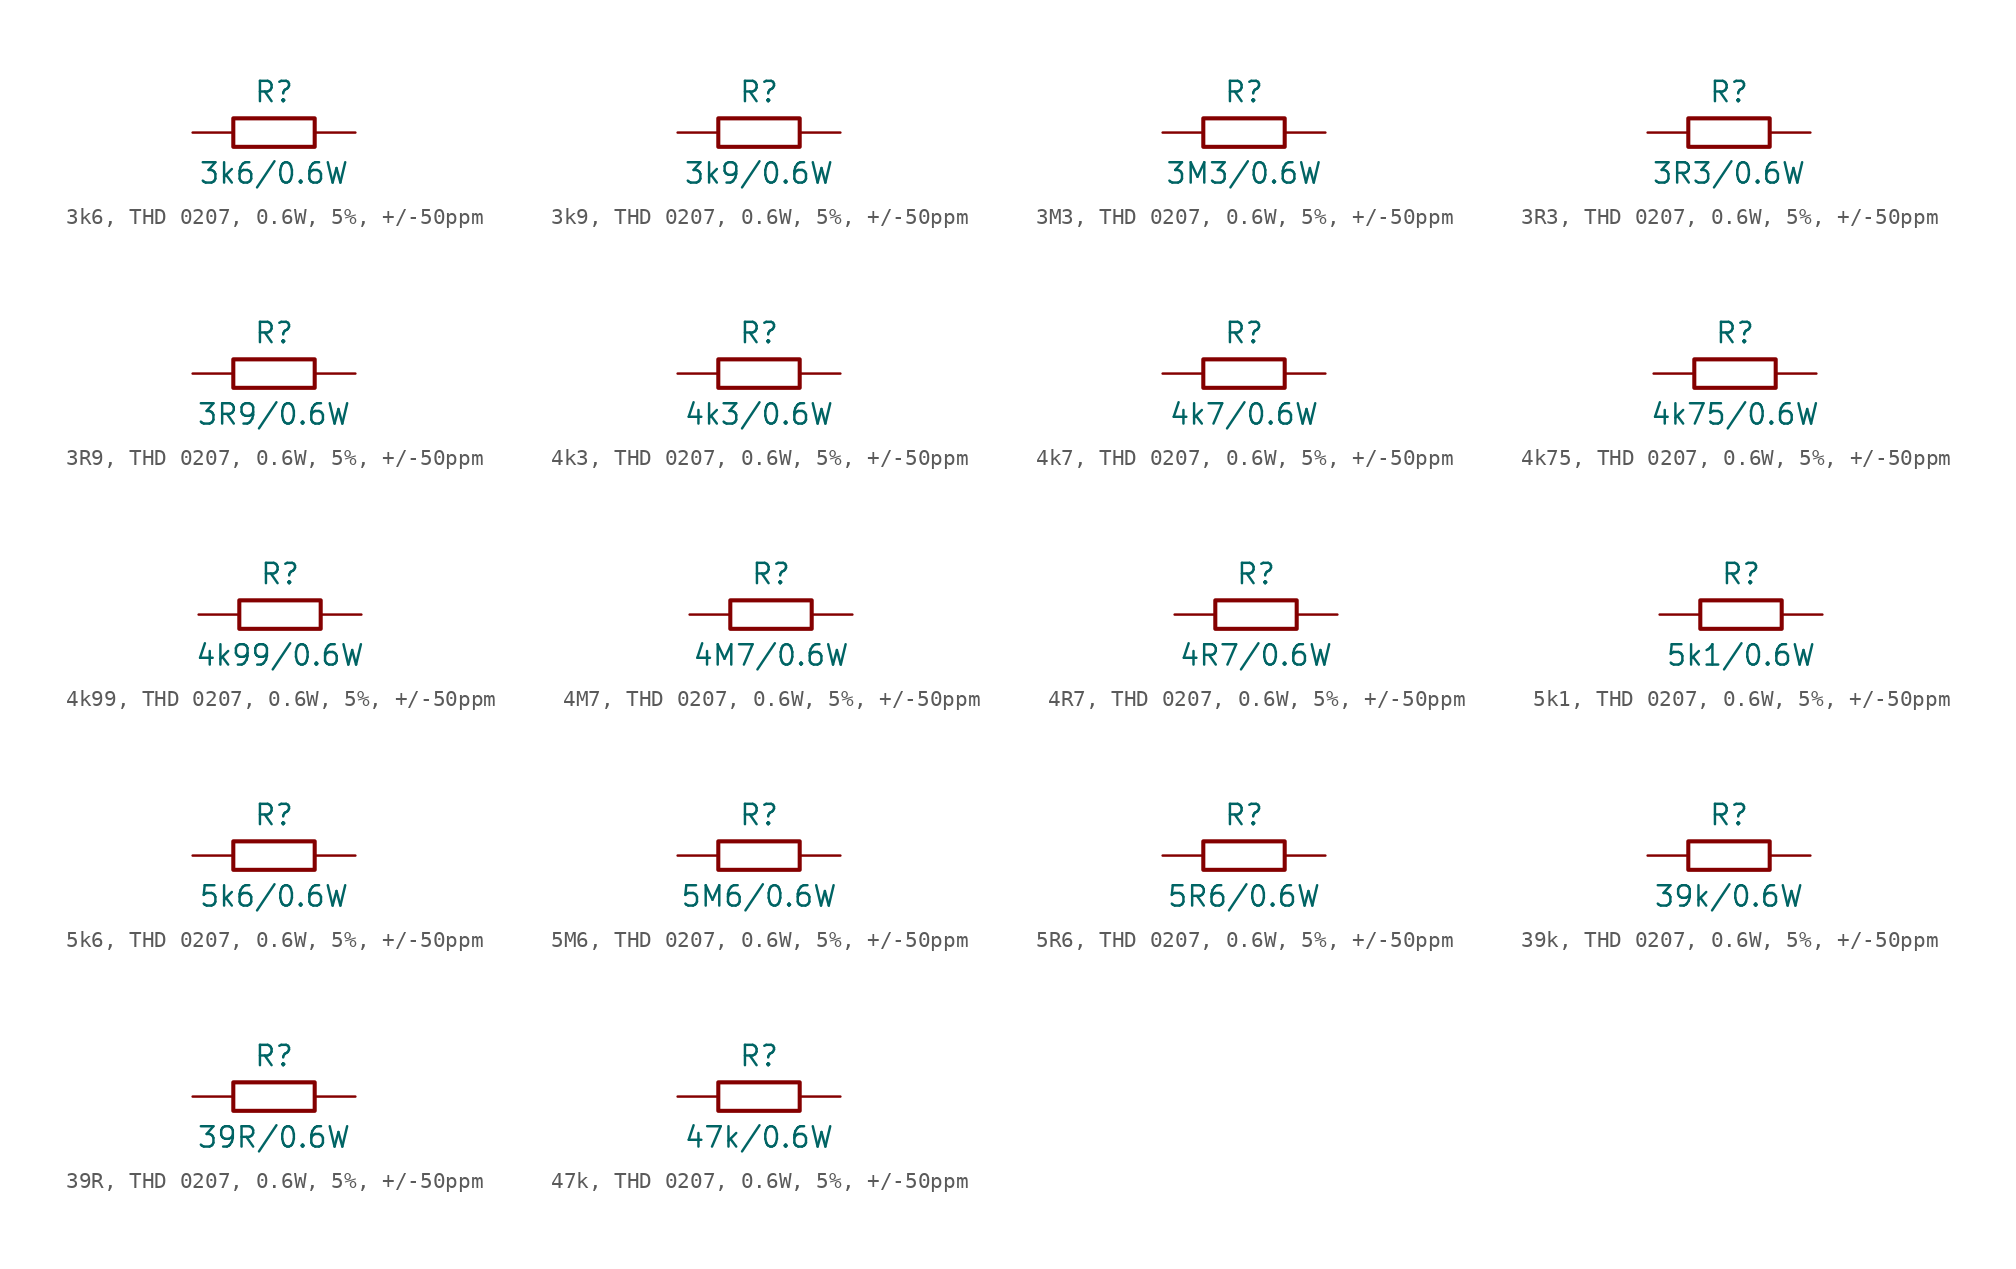
<source format=kicad_sym>
(kicad_symbol_lib
  (version 20220914)
  (generator kicad_symbol_editor)
  (symbol "3k6, THD 0207, 0.6W, 5%, +/-50ppm"
    (pin_numbers hide)
    (pin_names
      (offset 0) hide)
    (property "Reference" "R"
      (at 0 2.54 0)
      (effects (font (size 1.27 1.27))))
    (property "Value" "3k6/0.6W"
      (at 0 -2.54 0)
      (effects (font (size 1.27 1.27))))
    (symbol "3k6, THD 0207, 0.6W, 5%, +/-50ppm_0_1"
      (rectangle (start -2.54 0.889) (end 2.54 -0.889) (stroke (width 0.254) (type default)) (fill (type none))))
    (symbol "3k6, THD 0207, 0.6W, 5%, +/-50ppm_1_1"
      (pin passive line (at -5.08 0 0) (length 2.54) (name "1" (effects (font (size 1.27 1.27)))) (number "1" (effects (font (size 1.27 1.27)))))
      (pin passive line (at 5.08 0 180) (length 2.54) (name "2" (effects (font (size 1.27 1.27)))) (number "2" (effects (font (size 1.27 1.27)))))))
  (symbol "3k9, THD 0207, 0.6W, 5%, +/-50ppm"
    (pin_numbers hide)
    (pin_names
      (offset 0) hide)
    (property "Reference" "R"
      (at 0 2.54 0)
      (effects (font (size 1.27 1.27))))
    (property "Value" "3k9/0.6W"
      (at 0 -2.54 0)
      (effects (font (size 1.27 1.27))))
    (symbol "3k9, THD 0207, 0.6W, 5%, +/-50ppm_0_1"
      (rectangle (start -2.54 0.889) (end 2.54 -0.889) (stroke (width 0.254) (type default)) (fill (type none))))
    (symbol "3k9, THD 0207, 0.6W, 5%, +/-50ppm_1_1"
      (pin passive line (at -5.08 0 0) (length 2.54) (name "1" (effects (font (size 1.27 1.27)))) (number "1" (effects (font (size 1.27 1.27)))))
      (pin passive line (at 5.08 0 180) (length 2.54) (name "2" (effects (font (size 1.27 1.27)))) (number "2" (effects (font (size 1.27 1.27)))))))
  (symbol "3M3, THD 0207, 0.6W, 5%, +/-50ppm"
    (pin_numbers hide)
    (pin_names
      (offset 0) hide)
    (property "Reference" "R"
      (at 0 2.54 0)
      (effects (font (size 1.27 1.27))))
    (property "Value" "3M3/0.6W"
      (at 0 -2.54 0)
      (effects (font (size 1.27 1.27))))
    (symbol "3M3, THD 0207, 0.6W, 5%, +/-50ppm_0_1"
      (rectangle (start -2.54 0.889) (end 2.54 -0.889) (stroke (width 0.254) (type default)) (fill (type none))))
    (symbol "3M3, THD 0207, 0.6W, 5%, +/-50ppm_1_1"
      (pin passive line (at -5.08 0 0) (length 2.54) (name "1" (effects (font (size 1.27 1.27)))) (number "1" (effects (font (size 1.27 1.27)))))
      (pin passive line (at 5.08 0 180) (length 2.54) (name "2" (effects (font (size 1.27 1.27)))) (number "2" (effects (font (size 1.27 1.27)))))))
  (symbol "3R3, THD 0207, 0.6W, 5%, +/-50ppm"
    (pin_numbers hide)
    (pin_names
      (offset 0) hide)
    (property "Reference" "R"
      (at 0 2.54 0)
      (effects (font (size 1.27 1.27))))
    (property "Value" "3R3/0.6W"
      (at 0 -2.54 0)
      (effects (font (size 1.27 1.27))))
    (symbol "3R3, THD 0207, 0.6W, 5%, +/-50ppm_0_1"
      (rectangle (start -2.54 0.889) (end 2.54 -0.889) (stroke (width 0.254) (type default)) (fill (type none))))
    (symbol "3R3, THD 0207, 0.6W, 5%, +/-50ppm_1_1"
      (pin passive line (at -5.08 0 0) (length 2.54) (name "1" (effects (font (size 1.27 1.27)))) (number "1" (effects (font (size 1.27 1.27)))))
      (pin passive line (at 5.08 0 180) (length 2.54) (name "2" (effects (font (size 1.27 1.27)))) (number "2" (effects (font (size 1.27 1.27)))))))
  (symbol "3R9, THD 0207, 0.6W, 5%, +/-50ppm"
    (pin_numbers hide)
    (pin_names
      (offset 0) hide)
    (property "Reference" "R"
      (at 0 2.54 0)
      (effects (font (size 1.27 1.27))))
    (property "Value" "3R9/0.6W"
      (at 0 -2.54 0)
      (effects (font (size 1.27 1.27))))
    (symbol "3R9, THD 0207, 0.6W, 5%, +/-50ppm_0_1"
      (rectangle (start -2.54 0.889) (end 2.54 -0.889) (stroke (width 0.254) (type default)) (fill (type none))))
    (symbol "3R9, THD 0207, 0.6W, 5%, +/-50ppm_1_1"
      (pin passive line (at -5.08 0 0) (length 2.54) (name "1" (effects (font (size 1.27 1.27)))) (number "1" (effects (font (size 1.27 1.27)))))
      (pin passive line (at 5.08 0 180) (length 2.54) (name "2" (effects (font (size 1.27 1.27)))) (number "2" (effects (font (size 1.27 1.27)))))))
  (symbol "4k3, THD 0207, 0.6W, 5%, +/-50ppm"
    (pin_numbers hide)
    (pin_names
      (offset 0) hide)
    (property "Reference" "R"
      (at 0 2.54 0)
      (effects (font (size 1.27 1.27))))
    (property "Value" "4k3/0.6W"
      (at 0 -2.54 0)
      (effects (font (size 1.27 1.27))))
    (symbol "4k3, THD 0207, 0.6W, 5%, +/-50ppm_0_1"
      (rectangle (start -2.54 0.889) (end 2.54 -0.889) (stroke (width 0.254) (type default)) (fill (type none))))
    (symbol "4k3, THD 0207, 0.6W, 5%, +/-50ppm_1_1"
      (pin passive line (at -5.08 0 0) (length 2.54) (name "1" (effects (font (size 1.27 1.27)))) (number "1" (effects (font (size 1.27 1.27)))))
      (pin passive line (at 5.08 0 180) (length 2.54) (name "2" (effects (font (size 1.27 1.27)))) (number "2" (effects (font (size 1.27 1.27)))))))
  (symbol "4k7, THD 0207, 0.6W, 5%, +/-50ppm"
    (pin_numbers hide)
    (pin_names
      (offset 0) hide)
    (property "Reference" "R"
      (at 0 2.54 0)
      (effects (font (size 1.27 1.27))))
    (property "Value" "4k7/0.6W"
      (at 0 -2.54 0)
      (effects (font (size 1.27 1.27))))
    (symbol "4k7, THD 0207, 0.6W, 5%, +/-50ppm_0_1"
      (rectangle (start -2.54 0.889) (end 2.54 -0.889) (stroke (width 0.254) (type default)) (fill (type none))))
    (symbol "4k7, THD 0207, 0.6W, 5%, +/-50ppm_1_1"
      (pin passive line (at -5.08 0 0) (length 2.54) (name "1" (effects (font (size 1.27 1.27)))) (number "1" (effects (font (size 1.27 1.27)))))
      (pin passive line (at 5.08 0 180) (length 2.54) (name "2" (effects (font (size 1.27 1.27)))) (number "2" (effects (font (size 1.27 1.27)))))))
  (symbol "4k75, THD 0207, 0.6W, 5%, +/-50ppm"
    (pin_numbers hide)
    (pin_names
      (offset 0) hide)
    (property "Reference" "R"
      (at 0 2.54 0)
      (effects (font (size 1.27 1.27))))
    (property "Value" "4k75/0.6W"
      (at 0 -2.54 0)
      (effects (font (size 1.27 1.27))))
    (symbol "4k75, THD 0207, 0.6W, 5%, +/-50ppm_0_1"
      (rectangle (start -2.54 0.889) (end 2.54 -0.889) (stroke (width 0.254) (type default)) (fill (type none))))
    (symbol "4k75, THD 0207, 0.6W, 5%, +/-50ppm_1_1"
      (pin passive line (at -5.08 0 0) (length 2.54) (name "1" (effects (font (size 1.27 1.27)))) (number "1" (effects (font (size 1.27 1.27)))))
      (pin passive line (at 5.08 0 180) (length 2.54) (name "2" (effects (font (size 1.27 1.27)))) (number "2" (effects (font (size 1.27 1.27)))))))
  (symbol "4k99, THD 0207, 0.6W, 5%, +/-50ppm"
    (pin_numbers hide)
    (pin_names
      (offset 0) hide)
    (property "Reference" "R"
      (at 0 2.54 0)
      (effects (font (size 1.27 1.27))))
    (property "Value" "4k99/0.6W"
      (at 0 -2.54 0)
      (effects (font (size 1.27 1.27))))
    (symbol "4k99, THD 0207, 0.6W, 5%, +/-50ppm_0_1"
      (rectangle (start -2.54 0.889) (end 2.54 -0.889) (stroke (width 0.254) (type default)) (fill (type none))))
    (symbol "4k99, THD 0207, 0.6W, 5%, +/-50ppm_1_1"
      (pin passive line (at -5.08 0 0) (length 2.54) (name "1" (effects (font (size 1.27 1.27)))) (number "1" (effects (font (size 1.27 1.27)))))
      (pin passive line (at 5.08 0 180) (length 2.54) (name "2" (effects (font (size 1.27 1.27)))) (number "2" (effects (font (size 1.27 1.27)))))))
  (symbol "4M7, THD 0207, 0.6W, 5%, +/-50ppm"
    (pin_numbers hide)
    (pin_names
      (offset 0) hide)
    (property "Reference" "R"
      (at 0 2.54 0)
      (effects (font (size 1.27 1.27))))
    (property "Value" "4M7/0.6W"
      (at 0 -2.54 0)
      (effects (font (size 1.27 1.27))))
    (symbol "4M7, THD 0207, 0.6W, 5%, +/-50ppm_0_1"
      (rectangle (start -2.54 0.889) (end 2.54 -0.889) (stroke (width 0.254) (type default)) (fill (type none))))
    (symbol "4M7, THD 0207, 0.6W, 5%, +/-50ppm_1_1"
      (pin passive line (at -5.08 0 0) (length 2.54) (name "1" (effects (font (size 1.27 1.27)))) (number "1" (effects (font (size 1.27 1.27)))))
      (pin passive line (at 5.08 0 180) (length 2.54) (name "2" (effects (font (size 1.27 1.27)))) (number "2" (effects (font (size 1.27 1.27)))))))
  (symbol "4R7, THD 0207, 0.6W, 5%, +/-50ppm"
    (pin_numbers hide)
    (pin_names
      (offset 0) hide)
    (property "Reference" "R"
      (at 0 2.54 0)
      (effects (font (size 1.27 1.27))))
    (property "Value" "4R7/0.6W"
      (at 0 -2.54 0)
      (effects (font (size 1.27 1.27))))
    (symbol "4R7, THD 0207, 0.6W, 5%, +/-50ppm_0_1"
      (rectangle (start -2.54 0.889) (end 2.54 -0.889) (stroke (width 0.254) (type default)) (fill (type none))))
    (symbol "4R7, THD 0207, 0.6W, 5%, +/-50ppm_1_1"
      (pin passive line (at -5.08 0 0) (length 2.54) (name "1" (effects (font (size 1.27 1.27)))) (number "1" (effects (font (size 1.27 1.27)))))
      (pin passive line (at 5.08 0 180) (length 2.54) (name "2" (effects (font (size 1.27 1.27)))) (number "2" (effects (font (size 1.27 1.27)))))))
  (symbol "5k1, THD 0207, 0.6W, 5%, +/-50ppm"
    (pin_numbers hide)
    (pin_names
      (offset 0) hide)
    (property "Reference" "R"
      (at 0 2.54 0)
      (effects (font (size 1.27 1.27))))
    (property "Value" "5k1/0.6W"
      (at 0 -2.54 0)
      (effects (font (size 1.27 1.27))))
    (symbol "5k1, THD 0207, 0.6W, 5%, +/-50ppm_0_1"
      (rectangle (start -2.54 0.889) (end 2.54 -0.889) (stroke (width 0.254) (type default)) (fill (type none))))
    (symbol "5k1, THD 0207, 0.6W, 5%, +/-50ppm_1_1"
      (pin passive line (at -5.08 0 0) (length 2.54) (name "1" (effects (font (size 1.27 1.27)))) (number "1" (effects (font (size 1.27 1.27)))))
      (pin passive line (at 5.08 0 180) (length 2.54) (name "2" (effects (font (size 1.27 1.27)))) (number "2" (effects (font (size 1.27 1.27)))))))
  (symbol "5k6, THD 0207, 0.6W, 5%, +/-50ppm"
    (pin_numbers hide)
    (pin_names
      (offset 0) hide)
    (property "Reference" "R"
      (at 0 2.54 0)
      (effects (font (size 1.27 1.27))))
    (property "Value" "5k6/0.6W"
      (at 0 -2.54 0)
      (effects (font (size 1.27 1.27))))
    (symbol "5k6, THD 0207, 0.6W, 5%, +/-50ppm_0_1"
      (rectangle (start -2.54 0.889) (end 2.54 -0.889) (stroke (width 0.254) (type default)) (fill (type none))))
    (symbol "5k6, THD 0207, 0.6W, 5%, +/-50ppm_1_1"
      (pin passive line (at -5.08 0 0) (length 2.54) (name "1" (effects (font (size 1.27 1.27)))) (number "1" (effects (font (size 1.27 1.27)))))
      (pin passive line (at 5.08 0 180) (length 2.54) (name "2" (effects (font (size 1.27 1.27)))) (number "2" (effects (font (size 1.27 1.27)))))))
  (symbol "5M6, THD 0207, 0.6W, 5%, +/-50ppm"
    (pin_numbers hide)
    (pin_names
      (offset 0) hide)
    (property "Reference" "R"
      (at 0 2.54 0)
      (effects (font (size 1.27 1.27))))
    (property "Value" "5M6/0.6W"
      (at 0 -2.54 0)
      (effects (font (size 1.27 1.27))))
    (symbol "5M6, THD 0207, 0.6W, 5%, +/-50ppm_0_1"
      (rectangle (start -2.54 0.889) (end 2.54 -0.889) (stroke (width 0.254) (type default)) (fill (type none))))
    (symbol "5M6, THD 0207, 0.6W, 5%, +/-50ppm_1_1"
      (pin passive line (at -5.08 0 0) (length 2.54) (name "1" (effects (font (size 1.27 1.27)))) (number "1" (effects (font (size 1.27 1.27)))))
      (pin passive line (at 5.08 0 180) (length 2.54) (name "2" (effects (font (size 1.27 1.27)))) (number "2" (effects (font (size 1.27 1.27)))))))
  (symbol "5R6, THD 0207, 0.6W, 5%, +/-50ppm"
    (pin_numbers hide)
    (pin_names
      (offset 0) hide)
    (property "Reference" "R"
      (at 0 2.54 0)
      (effects (font (size 1.27 1.27))))
    (property "Value" "5R6/0.6W"
      (at 0 -2.54 0)
      (effects (font (size 1.27 1.27))))
    (symbol "5R6, THD 0207, 0.6W, 5%, +/-50ppm_0_1"
      (rectangle (start -2.54 0.889) (end 2.54 -0.889) (stroke (width 0.254) (type default)) (fill (type none))))
    (symbol "5R6, THD 0207, 0.6W, 5%, +/-50ppm_1_1"
      (pin passive line (at -5.08 0 0) (length 2.54) (name "1" (effects (font (size 1.27 1.27)))) (number "1" (effects (font (size 1.27 1.27)))))
      (pin passive line (at 5.08 0 180) (length 2.54) (name "2" (effects (font (size 1.27 1.27)))) (number "2" (effects (font (size 1.27 1.27)))))))
  (symbol "39k, THD 0207, 0.6W, 5%, +/-50ppm"
    (pin_numbers hide)
    (pin_names
      (offset 0) hide)
    (property "Reference" "R"
      (at 0 2.54 0)
      (effects (font (size 1.27 1.27))))
    (property "Value" "39k/0.6W"
      (at 0 -2.54 0)
      (effects (font (size 1.27 1.27))))
    (symbol "39k, THD 0207, 0.6W, 5%, +/-50ppm_0_1"
      (rectangle (start -2.54 0.889) (end 2.54 -0.889) (stroke (width 0.254) (type default)) (fill (type none))))
    (symbol "39k, THD 0207, 0.6W, 5%, +/-50ppm_1_1"
      (pin passive line (at -5.08 0 0) (length 2.54) (name "1" (effects (font (size 1.27 1.27)))) (number "1" (effects (font (size 1.27 1.27)))))
      (pin passive line (at 5.08 0 180) (length 2.54) (name "2" (effects (font (size 1.27 1.27)))) (number "2" (effects (font (size 1.27 1.27)))))))
  (symbol "39R, THD 0207, 0.6W, 5%, +/-50ppm"
    (pin_numbers hide)
    (pin_names
      (offset 0) hide)
    (property "Reference" "R"
      (at 0 2.54 0)
      (effects (font (size 1.27 1.27))))
    (property "Value" "39R/0.6W"
      (at 0 -2.54 0)
      (effects (font (size 1.27 1.27))))
    (symbol "39R, THD 0207, 0.6W, 5%, +/-50ppm_0_1"
      (rectangle (start -2.54 0.889) (end 2.54 -0.889) (stroke (width 0.254) (type default)) (fill (type none))))
    (symbol "39R, THD 0207, 0.6W, 5%, +/-50ppm_1_1"
      (pin passive line (at -5.08 0 0) (length 2.54) (name "1" (effects (font (size 1.27 1.27)))) (number "1" (effects (font (size 1.27 1.27)))))
      (pin passive line (at 5.08 0 180) (length 2.54) (name "2" (effects (font (size 1.27 1.27)))) (number "2" (effects (font (size 1.27 1.27)))))))
  (symbol "47k, THD 0207, 0.6W, 5%, +/-50ppm"
    (pin_numbers hide)
    (pin_names
      (offset 0) hide)
    (property "Reference" "R"
      (at 0 2.54 0)
      (effects (font (size 1.27 1.27))))
    (property "Value" "47k/0.6W"
      (at 0 -2.54 0)
      (effects (font (size 1.27 1.27))))
    (symbol "47k, THD 0207, 0.6W, 5%, +/-50ppm_0_1"
      (rectangle (start -2.54 0.889) (end 2.54 -0.889) (stroke (width 0.254) (type default)) (fill (type none))))
    (symbol "47k, THD 0207, 0.6W, 5%, +/-50ppm_1_1"
      (pin passive line (at -5.08 0 0) (length 2.54) (name "1" (effects (font (size 1.27 1.27)))) (number "1" (effects (font (size 1.27 1.27)))))
      (pin passive line (at 5.08 0 180) (length 2.54) (name "2" (effects (font (size 1.27 1.27)))) (number "2" (effects (font (size 1.27 1.27))))))))
</source>
